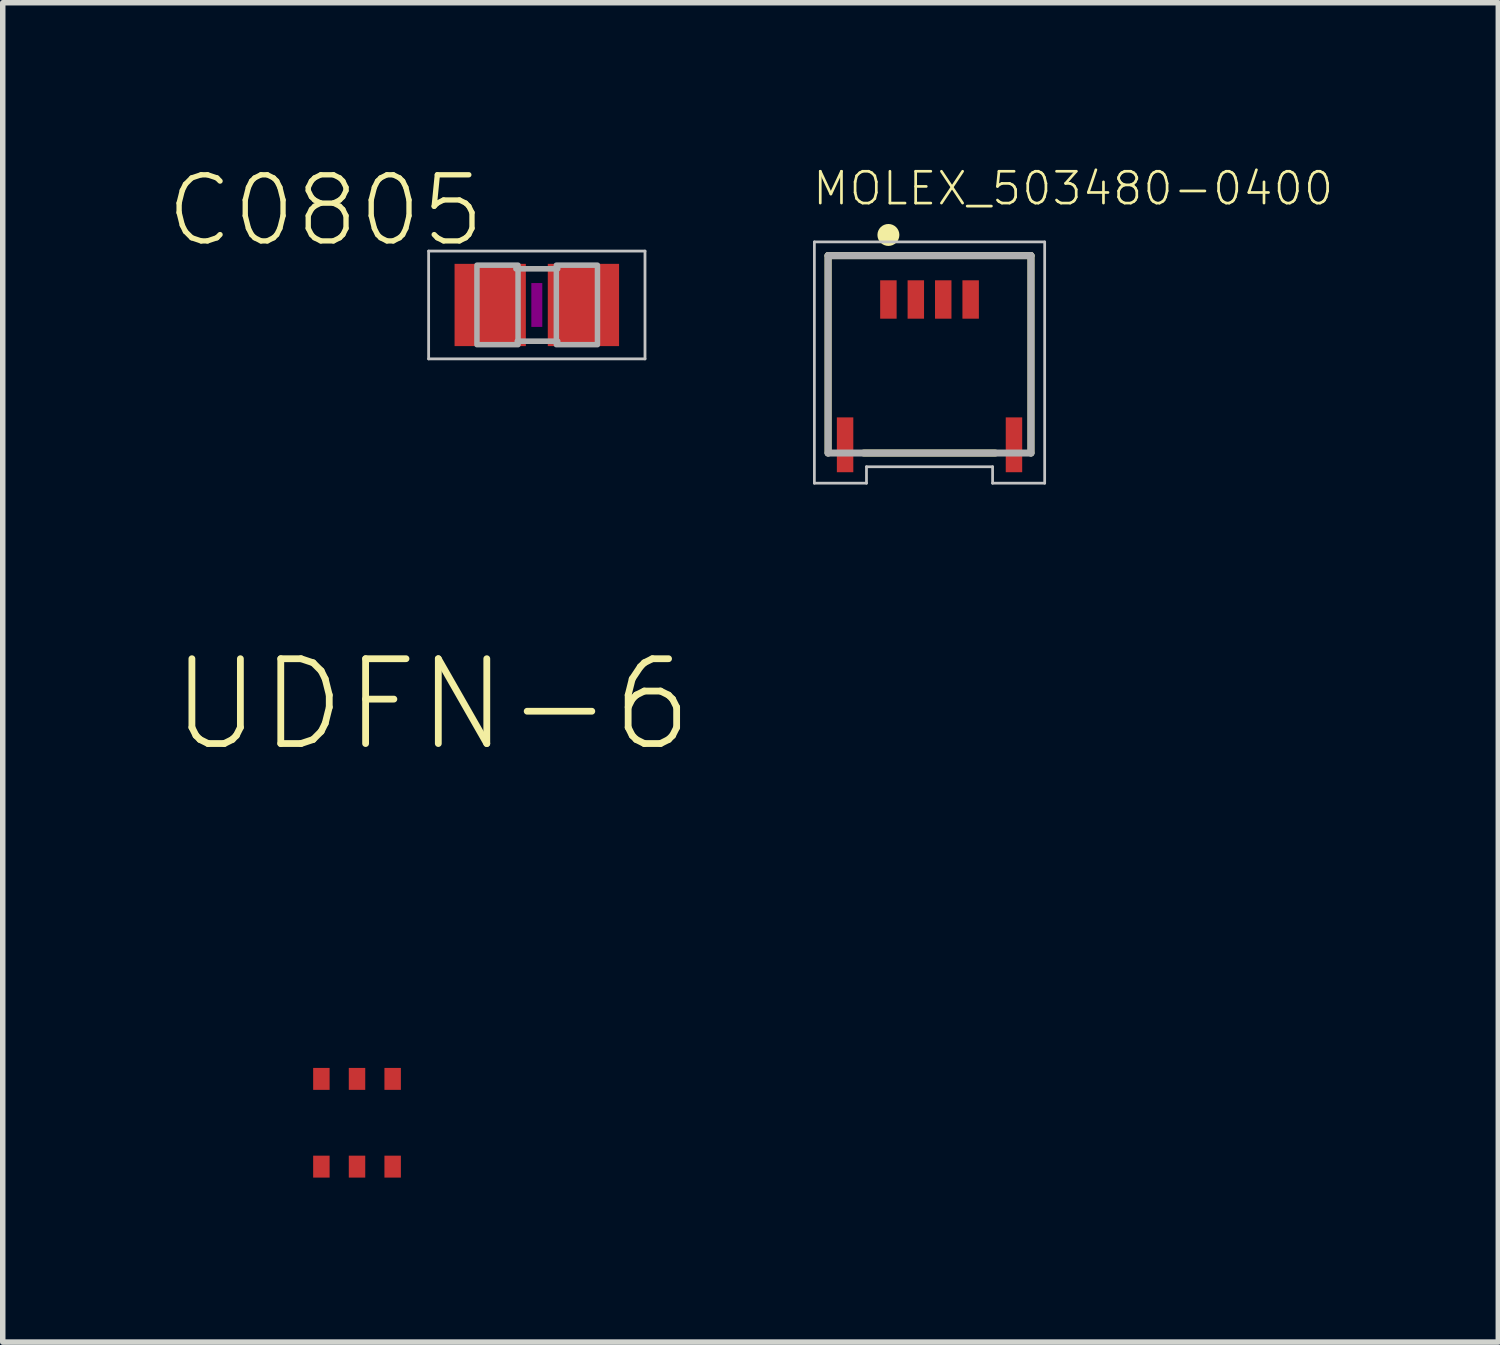
<source format=kicad_pcb>
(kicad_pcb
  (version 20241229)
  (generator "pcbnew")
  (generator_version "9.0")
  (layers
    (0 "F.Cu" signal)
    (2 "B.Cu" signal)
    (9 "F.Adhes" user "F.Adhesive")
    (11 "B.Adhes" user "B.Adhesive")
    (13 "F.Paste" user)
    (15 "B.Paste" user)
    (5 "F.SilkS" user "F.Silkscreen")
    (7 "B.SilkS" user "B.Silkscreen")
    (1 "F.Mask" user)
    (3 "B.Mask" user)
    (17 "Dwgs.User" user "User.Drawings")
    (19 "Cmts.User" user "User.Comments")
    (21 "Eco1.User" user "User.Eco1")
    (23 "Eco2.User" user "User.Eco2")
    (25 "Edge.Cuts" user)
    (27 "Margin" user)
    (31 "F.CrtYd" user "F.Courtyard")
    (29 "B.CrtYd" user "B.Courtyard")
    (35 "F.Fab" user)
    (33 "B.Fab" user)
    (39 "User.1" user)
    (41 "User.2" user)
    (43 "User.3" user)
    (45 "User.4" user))
  (footprint "C0805"
    (layer "F.Cu")
    (at 6.74 2.512)
    (property "Reference" "C0805" (at -0.889 -1.016 180) (layer "F.SilkS") (effects (font (size 1.206 1.206) (thickness 0.097)) (justify right bottom)))
    (attr through_hole)
    (fp_poly (pts (xy -0.1 0.4) (xy 0.1 0.4) (xy 0.1 -0.4) (xy -0.1 -0.4)) (stroke (width 0) (type solid)) (fill yes) (layer "F.Adhes"))
    (fp_line (start -1.973 -0.983) (end 1.973 -0.983) (stroke (width 0.051) (type solid)) (layer "Dwgs.User"))
    (fp_line (start -1.973 0.983) (end -1.973 -0.983) (stroke (width 0.051) (type solid)) (layer "Dwgs.User"))
    (fp_line (start 1.973 -0.983) (end 1.973 0.983) (stroke (width 0.051) (type solid)) (layer "Dwgs.User"))
    (fp_line (start 1.973 0.983) (end -1.973 0.983) (stroke (width 0.051) (type solid)) (layer "Dwgs.User"))
    (fp_line (start -0.381 -0.66) (end 0.381 -0.66) (stroke (width 0.102) (type solid)) (layer "F.Fab"))
    (fp_line (start -0.356 0.66) (end 0.381 0.66) (stroke (width 0.102) (type solid)) (layer "F.Fab"))
    (fp_poly (pts (xy -1.092 0.724) (xy -0.342 0.724) (xy -0.342 -0.726) (xy -1.092 -0.726)) (stroke (width 0.1) (type solid)) (fill no) (layer "F.Fab"))
    (fp_poly (pts (xy 0.356 0.724) (xy 1.106 0.724) (xy 1.106 -0.726) (xy 0.356 -0.726)) (stroke (width 0.1) (type solid)) (fill no) (layer "F.Fab"))
    (pad "1" smd rect (at -0.85 0) (size 1.3 1.5) (layers "F.Cu" "F.Mask" "F.Paste"))
    (pad "2" smd rect (at 0.85 0) (size 1.3 1.5) (layers "F.Cu" "F.Mask" "F.Paste")))
  (footprint "MOLEX_503480-0400"
    (layer "F.Cu")
    (at 13.902 3.737)
    (property "Reference" "MOLEX_503480-0400" (at -2.163 -3.01 0) (layer "F.SilkS") (effects (font (size 0.58 0.58) (thickness 0.049)) (justify left bottom)))
    (attr through_hole)
    (fp_line (start -1.85 -2.125) (end 1.85 -2.125) (stroke (width 0.127) (type solid)) (layer "F.SilkS"))
    (fp_line (start -1.85 1.475) (end -1.85 -2.125) (stroke (width 0.127) (type solid)) (layer "F.SilkS"))
    (fp_line (start -1.2 1.475) (end 1.2 1.475) (stroke (width 0.127) (type solid)) (layer "F.SilkS"))
    (fp_line (start 1.85 -2.125) (end 1.85 1.475) (stroke (width 0.127) (type solid)) (layer "F.SilkS"))
    (fp_circle (center -0.75 -2.502) (end -0.65 -2.502) (stroke (width 0.2) (type solid)) (fill no) (layer "F.SilkS"))
    (fp_line (start -2.1 -2.375) (end -2.1 2.025) (stroke (width 0.05) (type solid)) (layer "Dwgs.User"))
    (fp_line (start -2.1 2.025) (end -1.15 2.025) (stroke (width 0.05) (type solid)) (layer "Dwgs.User"))
    (fp_line (start -1.15 1.725) (end 1.15 1.725) (stroke (width 0.05) (type solid)) (layer "Dwgs.User"))
    (fp_line (start -1.15 2.025) (end -1.15 1.725) (stroke (width 0.05) (type solid)) (layer "Dwgs.User"))
    (fp_line (start 1.15 1.725) (end 1.15 2.025) (stroke (width 0.05) (type solid)) (layer "Dwgs.User"))
    (fp_line (start 1.15 2.025) (end 2.1 2.025) (stroke (width 0.05) (type solid)) (layer "Dwgs.User"))
    (fp_line (start 2.1 -2.375) (end -2.1 -2.375) (stroke (width 0.05) (type solid)) (layer "Dwgs.User"))
    (fp_line (start 2.1 2.025) (end 2.1 -2.375) (stroke (width 0.05) (type solid)) (layer "Dwgs.User"))
    (fp_line (start -1.85 -2.125) (end -1.85 1.475) (stroke (width 0.127) (type solid)) (layer "F.Fab"))
    (fp_line (start -1.85 1.475) (end 1.85 1.475) (stroke (width 0.127) (type solid)) (layer "F.Fab"))
    (fp_line (start 1.85 -2.125) (end -1.85 -2.125) (stroke (width 0.127) (type solid)) (layer "F.Fab"))
    (fp_line (start 1.85 1.475) (end 1.85 -2.125) (stroke (width 0.127) (type solid)) (layer "F.Fab"))
    (pad "1" smd rect (at -0.75 -1.325) (size 0.3 0.7) (layers "F.Cu" "F.Mask" "F.Paste"))
    (pad "2" smd rect (at -0.25 -1.325) (size 0.3 0.7) (layers "F.Cu" "F.Mask" "F.Paste"))
    (pad "3" smd rect (at 0.25 -1.325) (size 0.3 0.7) (layers "F.Cu" "F.Mask" "F.Paste"))
    (pad "4" smd rect (at 0.75 -1.325) (size 0.3 0.7) (layers "F.Cu" "F.Mask" "F.Paste"))
    (pad "S1" smd rect (at -1.54 1.325) (size 0.3 1) (layers "F.Cu" "F.Mask" "F.Paste"))
    (pad "S2" smd rect (at 1.54 1.325) (size 0.3 1) (layers "F.Cu" "F.Mask" "F.Paste")))
  (footprint "UDFN-6"
    (layer "F.Cu")
    (at 3.461 17.426)
    (property "Reference" "UDFN-6" (at -3.461 -6.72 0) (layer "F.SilkS") (effects (font (size 1.547 1.547) (thickness 0.124)) (justify left bottom)))
    (attr through_hole)
    (pad "P$1" smd rect (at -0.65 0.8 90) (size 0.4 0.3) (layers "F.Cu" "F.Mask" "F.Paste"))
    (pad "P$2" smd rect (at 0 0.8 90) (size 0.4 0.3) (layers "F.Cu" "F.Mask" "F.Paste"))
    (pad "P$3" smd rect (at 0.65 0.8 90) (size 0.4 0.3) (layers "F.Cu" "F.Mask" "F.Paste"))
    (pad "P$4" smd rect (at 0.65 -0.8 90) (size 0.4 0.3) (layers "F.Cu" "F.Mask" "F.Paste"))
    (pad "P$5" smd rect (at 0 -0.8 90) (size 0.4 0.3) (layers "F.Cu" "F.Mask" "F.Paste"))
    (pad "P$6" smd rect (at -0.65 -0.8 90) (size 0.4 0.3) (layers "F.Cu" "F.Mask" "F.Paste")))
  (gr_rect
    (start -3 -3)
    (end 24.275 21.426)
    (stroke (width 0.1) (type default))
    (fill no)
    (layer "Edge.Cuts")))
</source>
